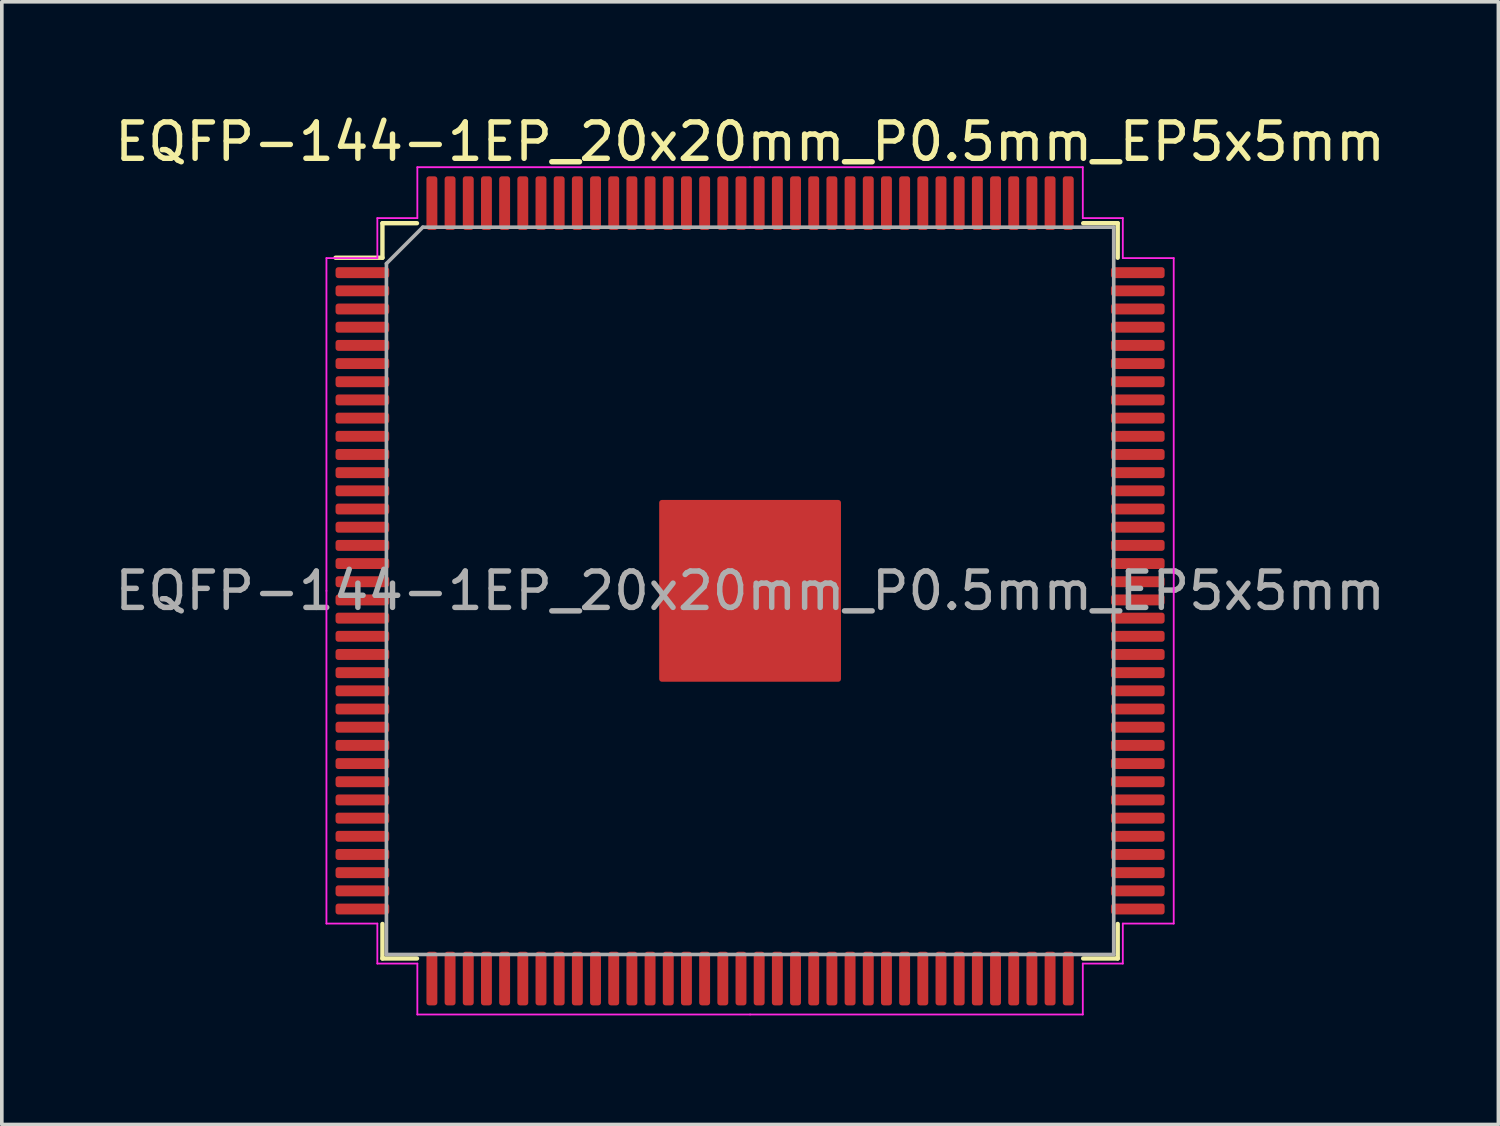
<source format=kicad_pcb>
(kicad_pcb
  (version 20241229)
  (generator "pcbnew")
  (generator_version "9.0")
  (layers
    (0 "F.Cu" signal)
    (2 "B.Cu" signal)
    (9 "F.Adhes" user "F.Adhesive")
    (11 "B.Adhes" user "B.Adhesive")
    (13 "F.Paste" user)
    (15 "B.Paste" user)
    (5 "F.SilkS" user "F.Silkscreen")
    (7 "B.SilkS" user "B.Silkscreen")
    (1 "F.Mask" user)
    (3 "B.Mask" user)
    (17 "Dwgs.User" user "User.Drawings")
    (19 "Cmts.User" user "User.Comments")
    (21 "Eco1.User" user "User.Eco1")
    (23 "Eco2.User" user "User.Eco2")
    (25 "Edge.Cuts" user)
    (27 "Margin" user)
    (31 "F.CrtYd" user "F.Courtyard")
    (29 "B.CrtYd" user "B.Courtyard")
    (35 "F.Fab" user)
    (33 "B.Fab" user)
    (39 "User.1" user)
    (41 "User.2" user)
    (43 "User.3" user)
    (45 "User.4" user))
  (footprint "EQFP-144-1EP_20x20mm_P0.5mm_EP5x5mm"
    (layer "F.Cu")
    (at 17.577 13.198)
    (property "Reference" "EQFP-144-1EP_20x20mm_P0.5mm_EP5x5mm" (at 0 -12.35 0) (layer "F.SilkS") (effects (font (size 1 1) (thickness 0.15))))
    (attr smd)
    (fp_line (start -10.11 -10.11) (end -10.11 -9.16) (stroke (width 0.12) (type solid)) (layer "F.SilkS"))
    (fp_line (start -10.11 -9.16) (end -11.4 -9.16) (stroke (width 0.12) (type solid)) (layer "F.SilkS"))
    (fp_line (start -10.11 10.11) (end -10.11 9.16) (stroke (width 0.12) (type solid)) (layer "F.SilkS"))
    (fp_line (start -9.16 -10.11) (end -10.11 -10.11) (stroke (width 0.12) (type solid)) (layer "F.SilkS"))
    (fp_line (start -9.16 10.11) (end -10.11 10.11) (stroke (width 0.12) (type solid)) (layer "F.SilkS"))
    (fp_line (start 9.16 -10.11) (end 10.11 -10.11) (stroke (width 0.12) (type solid)) (layer "F.SilkS"))
    (fp_line (start 9.16 10.11) (end 10.11 10.11) (stroke (width 0.12) (type solid)) (layer "F.SilkS"))
    (fp_line (start 10.11 -10.11) (end 10.11 -9.16) (stroke (width 0.12) (type solid)) (layer "F.SilkS"))
    (fp_line (start 10.11 10.11) (end 10.11 9.16) (stroke (width 0.12) (type solid)) (layer "F.SilkS"))
    (fp_line (start -11.65 -9.15) (end -11.65 0) (stroke (width 0.05) (type solid)) (layer "F.CrtYd"))
    (fp_line (start -11.65 9.15) (end -11.65 0) (stroke (width 0.05) (type solid)) (layer "F.CrtYd"))
    (fp_line (start -10.25 -10.25) (end -10.25 -9.15) (stroke (width 0.05) (type solid)) (layer "F.CrtYd"))
    (fp_line (start -10.25 -9.15) (end -11.65 -9.15) (stroke (width 0.05) (type solid)) (layer "F.CrtYd"))
    (fp_line (start -10.25 9.15) (end -11.65 9.15) (stroke (width 0.05) (type solid)) (layer "F.CrtYd"))
    (fp_line (start -10.25 10.25) (end -10.25 9.15) (stroke (width 0.05) (type solid)) (layer "F.CrtYd"))
    (fp_line (start -9.15 -11.65) (end -9.15 -10.25) (stroke (width 0.05) (type solid)) (layer "F.CrtYd"))
    (fp_line (start -9.15 -10.25) (end -10.25 -10.25) (stroke (width 0.05) (type solid)) (layer "F.CrtYd"))
    (fp_line (start -9.15 10.25) (end -10.25 10.25) (stroke (width 0.05) (type solid)) (layer "F.CrtYd"))
    (fp_line (start -9.15 11.65) (end -9.15 10.25) (stroke (width 0.05) (type solid)) (layer "F.CrtYd"))
    (fp_line (start 0 -11.65) (end -9.15 -11.65) (stroke (width 0.05) (type solid)) (layer "F.CrtYd"))
    (fp_line (start 0 -11.65) (end 9.15 -11.65) (stroke (width 0.05) (type solid)) (layer "F.CrtYd"))
    (fp_line (start 0 11.65) (end -9.15 11.65) (stroke (width 0.05) (type solid)) (layer "F.CrtYd"))
    (fp_line (start 0 11.65) (end 9.15 11.65) (stroke (width 0.05) (type solid)) (layer "F.CrtYd"))
    (fp_line (start 9.15 -11.65) (end 9.15 -10.25) (stroke (width 0.05) (type solid)) (layer "F.CrtYd"))
    (fp_line (start 9.15 -10.25) (end 10.25 -10.25) (stroke (width 0.05) (type solid)) (layer "F.CrtYd"))
    (fp_line (start 9.15 10.25) (end 10.25 10.25) (stroke (width 0.05) (type solid)) (layer "F.CrtYd"))
    (fp_line (start 9.15 11.65) (end 9.15 10.25) (stroke (width 0.05) (type solid)) (layer "F.CrtYd"))
    (fp_line (start 10.25 -10.25) (end 10.25 -9.15) (stroke (width 0.05) (type solid)) (layer "F.CrtYd"))
    (fp_line (start 10.25 -9.15) (end 11.65 -9.15) (stroke (width 0.05) (type solid)) (layer "F.CrtYd"))
    (fp_line (start 10.25 9.15) (end 11.65 9.15) (stroke (width 0.05) (type solid)) (layer "F.CrtYd"))
    (fp_line (start 10.25 10.25) (end 10.25 9.15) (stroke (width 0.05) (type solid)) (layer "F.CrtYd"))
    (fp_line (start 11.65 -9.15) (end 11.65 0) (stroke (width 0.05) (type solid)) (layer "F.CrtYd"))
    (fp_line (start 11.65 9.15) (end 11.65 0) (stroke (width 0.05) (type solid)) (layer "F.CrtYd"))
    (fp_line (start -10 -9) (end -9 -10) (stroke (width 0.1) (type solid)) (layer "F.Fab"))
    (fp_line (start -10 10) (end -10 -9) (stroke (width 0.1) (type solid)) (layer "F.Fab"))
    (fp_line (start -9 -10) (end 10 -10) (stroke (width 0.1) (type solid)) (layer "F.Fab"))
    (fp_line (start 10 -10) (end 10 10) (stroke (width 0.1) (type solid)) (layer "F.Fab"))
    (fp_line (start 10 10) (end -10 10) (stroke (width 0.1) (type solid)) (layer "F.Fab"))
    (fp_text user "${REFERENCE}" (at 0 0 0) (layer "F.Fab") (effects (font (size 1 1) (thickness 0.15))))
    (pad "" smd roundrect (at -1.875 -1.875) (size 1.01 1.01) (layers "F.Paste") (roundrect_rratio 0.248))
    (pad "" smd roundrect (at -1.875 -0.625) (size 1.01 1.01) (layers "F.Paste") (roundrect_rratio 0.248))
    (pad "" smd roundrect (at -1.875 0.625) (size 1.01 1.01) (layers "F.Paste") (roundrect_rratio 0.248))
    (pad "" smd roundrect (at -1.875 1.875) (size 1.01 1.01) (layers "F.Paste") (roundrect_rratio 0.248))
    (pad "" smd roundrect (at -0.625 -1.875) (size 1.01 1.01) (layers "F.Paste") (roundrect_rratio 0.248))
    (pad "" smd roundrect (at -0.625 -0.625) (size 1.01 1.01) (layers "F.Paste") (roundrect_rratio 0.248))
    (pad "" smd roundrect (at -0.625 0.625) (size 1.01 1.01) (layers "F.Paste") (roundrect_rratio 0.248))
    (pad "" smd roundrect (at -0.625 1.875) (size 1.01 1.01) (layers "F.Paste") (roundrect_rratio 0.248))
    (pad "" smd roundrect (at 0.625 -1.875) (size 1.01 1.01) (layers "F.Paste") (roundrect_rratio 0.248))
    (pad "" smd roundrect (at 0.625 -0.625) (size 1.01 1.01) (layers "F.Paste") (roundrect_rratio 0.248))
    (pad "" smd roundrect (at 0.625 0.625) (size 1.01 1.01) (layers "F.Paste") (roundrect_rratio 0.248))
    (pad "" smd roundrect (at 0.625 1.875) (size 1.01 1.01) (layers "F.Paste") (roundrect_rratio 0.248))
    (pad "" smd roundrect (at 1.875 -1.875) (size 1.01 1.01) (layers "F.Paste") (roundrect_rratio 0.248))
    (pad "" smd roundrect (at 1.875 -0.625) (size 1.01 1.01) (layers "F.Paste") (roundrect_rratio 0.248))
    (pad "" smd roundrect (at 1.875 0.625) (size 1.01 1.01) (layers "F.Paste") (roundrect_rratio 0.248))
    (pad "" smd roundrect (at 1.875 1.875) (size 1.01 1.01) (layers "F.Paste") (roundrect_rratio 0.248))
    (pad "1" smd roundrect (at -10.662 -8.75) (size 1.475 0.3) (layers "F.Cu" "F.Mask" "F.Paste") (roundrect_rratio 0.25))
    (pad "2" smd roundrect (at -10.662 -8.25) (size 1.475 0.3) (layers "F.Cu" "F.Mask" "F.Paste") (roundrect_rratio 0.25))
    (pad "3" smd roundrect (at -10.662 -7.75) (size 1.475 0.3) (layers "F.Cu" "F.Mask" "F.Paste") (roundrect_rratio 0.25))
    (pad "4" smd roundrect (at -10.662 -7.25) (size 1.475 0.3) (layers "F.Cu" "F.Mask" "F.Paste") (roundrect_rratio 0.25))
    (pad "5" smd roundrect (at -10.662 -6.75) (size 1.475 0.3) (layers "F.Cu" "F.Mask" "F.Paste") (roundrect_rratio 0.25))
    (pad "6" smd roundrect (at -10.662 -6.25) (size 1.475 0.3) (layers "F.Cu" "F.Mask" "F.Paste") (roundrect_rratio 0.25))
    (pad "7" smd roundrect (at -10.662 -5.75) (size 1.475 0.3) (layers "F.Cu" "F.Mask" "F.Paste") (roundrect_rratio 0.25))
    (pad "8" smd roundrect (at -10.662 -5.25) (size 1.475 0.3) (layers "F.Cu" "F.Mask" "F.Paste") (roundrect_rratio 0.25))
    (pad "9" smd roundrect (at -10.662 -4.75) (size 1.475 0.3) (layers "F.Cu" "F.Mask" "F.Paste") (roundrect_rratio 0.25))
    (pad "10" smd roundrect (at -10.662 -4.25) (size 1.475 0.3) (layers "F.Cu" "F.Mask" "F.Paste") (roundrect_rratio 0.25))
    (pad "11" smd roundrect (at -10.662 -3.75) (size 1.475 0.3) (layers "F.Cu" "F.Mask" "F.Paste") (roundrect_rratio 0.25))
    (pad "12" smd roundrect (at -10.662 -3.25) (size 1.475 0.3) (layers "F.Cu" "F.Mask" "F.Paste") (roundrect_rratio 0.25))
    (pad "13" smd roundrect (at -10.662 -2.75) (size 1.475 0.3) (layers "F.Cu" "F.Mask" "F.Paste") (roundrect_rratio 0.25))
    (pad "14" smd roundrect (at -10.662 -2.25) (size 1.475 0.3) (layers "F.Cu" "F.Mask" "F.Paste") (roundrect_rratio 0.25))
    (pad "15" smd roundrect (at -10.662 -1.75) (size 1.475 0.3) (layers "F.Cu" "F.Mask" "F.Paste") (roundrect_rratio 0.25))
    (pad "16" smd roundrect (at -10.662 -1.25) (size 1.475 0.3) (layers "F.Cu" "F.Mask" "F.Paste") (roundrect_rratio 0.25))
    (pad "17" smd roundrect (at -10.662 -0.75) (size 1.475 0.3) (layers "F.Cu" "F.Mask" "F.Paste") (roundrect_rratio 0.25))
    (pad "18" smd roundrect (at -10.662 -0.25) (size 1.475 0.3) (layers "F.Cu" "F.Mask" "F.Paste") (roundrect_rratio 0.25))
    (pad "19" smd roundrect (at -10.662 0.25) (size 1.475 0.3) (layers "F.Cu" "F.Mask" "F.Paste") (roundrect_rratio 0.25))
    (pad "20" smd roundrect (at -10.662 0.75) (size 1.475 0.3) (layers "F.Cu" "F.Mask" "F.Paste") (roundrect_rratio 0.25))
    (pad "21" smd roundrect (at -10.662 1.25) (size 1.475 0.3) (layers "F.Cu" "F.Mask" "F.Paste") (roundrect_rratio 0.25))
    (pad "22" smd roundrect (at -10.662 1.75) (size 1.475 0.3) (layers "F.Cu" "F.Mask" "F.Paste") (roundrect_rratio 0.25))
    (pad "23" smd roundrect (at -10.662 2.25) (size 1.475 0.3) (layers "F.Cu" "F.Mask" "F.Paste") (roundrect_rratio 0.25))
    (pad "24" smd roundrect (at -10.662 2.75) (size 1.475 0.3) (layers "F.Cu" "F.Mask" "F.Paste") (roundrect_rratio 0.25))
    (pad "25" smd roundrect (at -10.662 3.25) (size 1.475 0.3) (layers "F.Cu" "F.Mask" "F.Paste") (roundrect_rratio 0.25))
    (pad "26" smd roundrect (at -10.662 3.75) (size 1.475 0.3) (layers "F.Cu" "F.Mask" "F.Paste") (roundrect_rratio 0.25))
    (pad "27" smd roundrect (at -10.662 4.25) (size 1.475 0.3) (layers "F.Cu" "F.Mask" "F.Paste") (roundrect_rratio 0.25))
    (pad "28" smd roundrect (at -10.662 4.75) (size 1.475 0.3) (layers "F.Cu" "F.Mask" "F.Paste") (roundrect_rratio 0.25))
    (pad "29" smd roundrect (at -10.662 5.25) (size 1.475 0.3) (layers "F.Cu" "F.Mask" "F.Paste") (roundrect_rratio 0.25))
    (pad "30" smd roundrect (at -10.662 5.75) (size 1.475 0.3) (layers "F.Cu" "F.Mask" "F.Paste") (roundrect_rratio 0.25))
    (pad "31" smd roundrect (at -10.662 6.25) (size 1.475 0.3) (layers "F.Cu" "F.Mask" "F.Paste") (roundrect_rratio 0.25))
    (pad "32" smd roundrect (at -10.662 6.75) (size 1.475 0.3) (layers "F.Cu" "F.Mask" "F.Paste") (roundrect_rratio 0.25))
    (pad "33" smd roundrect (at -10.662 7.25) (size 1.475 0.3) (layers "F.Cu" "F.Mask" "F.Paste") (roundrect_rratio 0.25))
    (pad "34" smd roundrect (at -10.662 7.75) (size 1.475 0.3) (layers "F.Cu" "F.Mask" "F.Paste") (roundrect_rratio 0.25))
    (pad "35" smd roundrect (at -10.662 8.25) (size 1.475 0.3) (layers "F.Cu" "F.Mask" "F.Paste") (roundrect_rratio 0.25))
    (pad "36" smd roundrect (at -10.662 8.75) (size 1.475 0.3) (layers "F.Cu" "F.Mask" "F.Paste") (roundrect_rratio 0.25))
    (pad "37" smd roundrect (at -8.75 10.662) (size 0.3 1.475) (layers "F.Cu" "F.Mask" "F.Paste") (roundrect_rratio 0.25))
    (pad "38" smd roundrect (at -8.25 10.662) (size 0.3 1.475) (layers "F.Cu" "F.Mask" "F.Paste") (roundrect_rratio 0.25))
    (pad "39" smd roundrect (at -7.75 10.662) (size 0.3 1.475) (layers "F.Cu" "F.Mask" "F.Paste") (roundrect_rratio 0.25))
    (pad "40" smd roundrect (at -7.25 10.662) (size 0.3 1.475) (layers "F.Cu" "F.Mask" "F.Paste") (roundrect_rratio 0.25))
    (pad "41" smd roundrect (at -6.75 10.662) (size 0.3 1.475) (layers "F.Cu" "F.Mask" "F.Paste") (roundrect_rratio 0.25))
    (pad "42" smd roundrect (at -6.25 10.662) (size 0.3 1.475) (layers "F.Cu" "F.Mask" "F.Paste") (roundrect_rratio 0.25))
    (pad "43" smd roundrect (at -5.75 10.662) (size 0.3 1.475) (layers "F.Cu" "F.Mask" "F.Paste") (roundrect_rratio 0.25))
    (pad "44" smd roundrect (at -5.25 10.662) (size 0.3 1.475) (layers "F.Cu" "F.Mask" "F.Paste") (roundrect_rratio 0.25))
    (pad "45" smd roundrect (at -4.75 10.662) (size 0.3 1.475) (layers "F.Cu" "F.Mask" "F.Paste") (roundrect_rratio 0.25))
    (pad "46" smd roundrect (at -4.25 10.662) (size 0.3 1.475) (layers "F.Cu" "F.Mask" "F.Paste") (roundrect_rratio 0.25))
    (pad "47" smd roundrect (at -3.75 10.662) (size 0.3 1.475) (layers "F.Cu" "F.Mask" "F.Paste") (roundrect_rratio 0.25))
    (pad "48" smd roundrect (at -3.25 10.662) (size 0.3 1.475) (layers "F.Cu" "F.Mask" "F.Paste") (roundrect_rratio 0.25))
    (pad "49" smd roundrect (at -2.75 10.662) (size 0.3 1.475) (layers "F.Cu" "F.Mask" "F.Paste") (roundrect_rratio 0.25))
    (pad "50" smd roundrect (at -2.25 10.662) (size 0.3 1.475) (layers "F.Cu" "F.Mask" "F.Paste") (roundrect_rratio 0.25))
    (pad "51" smd roundrect (at -1.75 10.662) (size 0.3 1.475) (layers "F.Cu" "F.Mask" "F.Paste") (roundrect_rratio 0.25))
    (pad "52" smd roundrect (at -1.25 10.662) (size 0.3 1.475) (layers "F.Cu" "F.Mask" "F.Paste") (roundrect_rratio 0.25))
    (pad "53" smd roundrect (at -0.75 10.662) (size 0.3 1.475) (layers "F.Cu" "F.Mask" "F.Paste") (roundrect_rratio 0.25))
    (pad "54" smd roundrect (at -0.25 10.662) (size 0.3 1.475) (layers "F.Cu" "F.Mask" "F.Paste") (roundrect_rratio 0.25))
    (pad "55" smd roundrect (at 0.25 10.662) (size 0.3 1.475) (layers "F.Cu" "F.Mask" "F.Paste") (roundrect_rratio 0.25))
    (pad "56" smd roundrect (at 0.75 10.662) (size 0.3 1.475) (layers "F.Cu" "F.Mask" "F.Paste") (roundrect_rratio 0.25))
    (pad "57" smd roundrect (at 1.25 10.662) (size 0.3 1.475) (layers "F.Cu" "F.Mask" "F.Paste") (roundrect_rratio 0.25))
    (pad "58" smd roundrect (at 1.75 10.662) (size 0.3 1.475) (layers "F.Cu" "F.Mask" "F.Paste") (roundrect_rratio 0.25))
    (pad "59" smd roundrect (at 2.25 10.662) (size 0.3 1.475) (layers "F.Cu" "F.Mask" "F.Paste") (roundrect_rratio 0.25))
    (pad "60" smd roundrect (at 2.75 10.662) (size 0.3 1.475) (layers "F.Cu" "F.Mask" "F.Paste") (roundrect_rratio 0.25))
    (pad "61" smd roundrect (at 3.25 10.662) (size 0.3 1.475) (layers "F.Cu" "F.Mask" "F.Paste") (roundrect_rratio 0.25))
    (pad "62" smd roundrect (at 3.75 10.662) (size 0.3 1.475) (layers "F.Cu" "F.Mask" "F.Paste") (roundrect_rratio 0.25))
    (pad "63" smd roundrect (at 4.25 10.662) (size 0.3 1.475) (layers "F.Cu" "F.Mask" "F.Paste") (roundrect_rratio 0.25))
    (pad "64" smd roundrect (at 4.75 10.662) (size 0.3 1.475) (layers "F.Cu" "F.Mask" "F.Paste") (roundrect_rratio 0.25))
    (pad "65" smd roundrect (at 5.25 10.662) (size 0.3 1.475) (layers "F.Cu" "F.Mask" "F.Paste") (roundrect_rratio 0.25))
    (pad "66" smd roundrect (at 5.75 10.662) (size 0.3 1.475) (layers "F.Cu" "F.Mask" "F.Paste") (roundrect_rratio 0.25))
    (pad "67" smd roundrect (at 6.25 10.662) (size 0.3 1.475) (layers "F.Cu" "F.Mask" "F.Paste") (roundrect_rratio 0.25))
    (pad "68" smd roundrect (at 6.75 10.662) (size 0.3 1.475) (layers "F.Cu" "F.Mask" "F.Paste") (roundrect_rratio 0.25))
    (pad "69" smd roundrect (at 7.25 10.662) (size 0.3 1.475) (layers "F.Cu" "F.Mask" "F.Paste") (roundrect_rratio 0.25))
    (pad "70" smd roundrect (at 7.75 10.662) (size 0.3 1.475) (layers "F.Cu" "F.Mask" "F.Paste") (roundrect_rratio 0.25))
    (pad "71" smd roundrect (at 8.25 10.662) (size 0.3 1.475) (layers "F.Cu" "F.Mask" "F.Paste") (roundrect_rratio 0.25))
    (pad "72" smd roundrect (at 8.75 10.662) (size 0.3 1.475) (layers "F.Cu" "F.Mask" "F.Paste") (roundrect_rratio 0.25))
    (pad "73" smd roundrect (at 10.662 8.75) (size 1.475 0.3) (layers "F.Cu" "F.Mask" "F.Paste") (roundrect_rratio 0.25))
    (pad "74" smd roundrect (at 10.662 8.25) (size 1.475 0.3) (layers "F.Cu" "F.Mask" "F.Paste") (roundrect_rratio 0.25))
    (pad "75" smd roundrect (at 10.662 7.75) (size 1.475 0.3) (layers "F.Cu" "F.Mask" "F.Paste") (roundrect_rratio 0.25))
    (pad "76" smd roundrect (at 10.662 7.25) (size 1.475 0.3) (layers "F.Cu" "F.Mask" "F.Paste") (roundrect_rratio 0.25))
    (pad "77" smd roundrect (at 10.662 6.75) (size 1.475 0.3) (layers "F.Cu" "F.Mask" "F.Paste") (roundrect_rratio 0.25))
    (pad "78" smd roundrect (at 10.662 6.25) (size 1.475 0.3) (layers "F.Cu" "F.Mask" "F.Paste") (roundrect_rratio 0.25))
    (pad "79" smd roundrect (at 10.662 5.75) (size 1.475 0.3) (layers "F.Cu" "F.Mask" "F.Paste") (roundrect_rratio 0.25))
    (pad "80" smd roundrect (at 10.662 5.25) (size 1.475 0.3) (layers "F.Cu" "F.Mask" "F.Paste") (roundrect_rratio 0.25))
    (pad "81" smd roundrect (at 10.662 4.75) (size 1.475 0.3) (layers "F.Cu" "F.Mask" "F.Paste") (roundrect_rratio 0.25))
    (pad "82" smd roundrect (at 10.662 4.25) (size 1.475 0.3) (layers "F.Cu" "F.Mask" "F.Paste") (roundrect_rratio 0.25))
    (pad "83" smd roundrect (at 10.662 3.75) (size 1.475 0.3) (layers "F.Cu" "F.Mask" "F.Paste") (roundrect_rratio 0.25))
    (pad "84" smd roundrect (at 10.662 3.25) (size 1.475 0.3) (layers "F.Cu" "F.Mask" "F.Paste") (roundrect_rratio 0.25))
    (pad "85" smd roundrect (at 10.662 2.75) (size 1.475 0.3) (layers "F.Cu" "F.Mask" "F.Paste") (roundrect_rratio 0.25))
    (pad "86" smd roundrect (at 10.662 2.25) (size 1.475 0.3) (layers "F.Cu" "F.Mask" "F.Paste") (roundrect_rratio 0.25))
    (pad "87" smd roundrect (at 10.662 1.75) (size 1.475 0.3) (layers "F.Cu" "F.Mask" "F.Paste") (roundrect_rratio 0.25))
    (pad "88" smd roundrect (at 10.662 1.25) (size 1.475 0.3) (layers "F.Cu" "F.Mask" "F.Paste") (roundrect_rratio 0.25))
    (pad "89" smd roundrect (at 10.662 0.75) (size 1.475 0.3) (layers "F.Cu" "F.Mask" "F.Paste") (roundrect_rratio 0.25))
    (pad "90" smd roundrect (at 10.662 0.25) (size 1.475 0.3) (layers "F.Cu" "F.Mask" "F.Paste") (roundrect_rratio 0.25))
    (pad "91" smd roundrect (at 10.662 -0.25) (size 1.475 0.3) (layers "F.Cu" "F.Mask" "F.Paste") (roundrect_rratio 0.25))
    (pad "92" smd roundrect (at 10.662 -0.75) (size 1.475 0.3) (layers "F.Cu" "F.Mask" "F.Paste") (roundrect_rratio 0.25))
    (pad "93" smd roundrect (at 10.662 -1.25) (size 1.475 0.3) (layers "F.Cu" "F.Mask" "F.Paste") (roundrect_rratio 0.25))
    (pad "94" smd roundrect (at 10.662 -1.75) (size 1.475 0.3) (layers "F.Cu" "F.Mask" "F.Paste") (roundrect_rratio 0.25))
    (pad "95" smd roundrect (at 10.662 -2.25) (size 1.475 0.3) (layers "F.Cu" "F.Mask" "F.Paste") (roundrect_rratio 0.25))
    (pad "96" smd roundrect (at 10.662 -2.75) (size 1.475 0.3) (layers "F.Cu" "F.Mask" "F.Paste") (roundrect_rratio 0.25))
    (pad "97" smd roundrect (at 10.662 -3.25) (size 1.475 0.3) (layers "F.Cu" "F.Mask" "F.Paste") (roundrect_rratio 0.25))
    (pad "98" smd roundrect (at 10.662 -3.75) (size 1.475 0.3) (layers "F.Cu" "F.Mask" "F.Paste") (roundrect_rratio 0.25))
    (pad "99" smd roundrect (at 10.662 -4.25) (size 1.475 0.3) (layers "F.Cu" "F.Mask" "F.Paste") (roundrect_rratio 0.25))
    (pad "100" smd roundrect (at 10.662 -4.75) (size 1.475 0.3) (layers "F.Cu" "F.Mask" "F.Paste") (roundrect_rratio 0.25))
    (pad "101" smd roundrect (at 10.662 -5.25) (size 1.475 0.3) (layers "F.Cu" "F.Mask" "F.Paste") (roundrect_rratio 0.25))
    (pad "102" smd roundrect (at 10.662 -5.75) (size 1.475 0.3) (layers "F.Cu" "F.Mask" "F.Paste") (roundrect_rratio 0.25))
    (pad "103" smd roundrect (at 10.662 -6.25) (size 1.475 0.3) (layers "F.Cu" "F.Mask" "F.Paste") (roundrect_rratio 0.25))
    (pad "104" smd roundrect (at 10.662 -6.75) (size 1.475 0.3) (layers "F.Cu" "F.Mask" "F.Paste") (roundrect_rratio 0.25))
    (pad "105" smd roundrect (at 10.662 -7.25) (size 1.475 0.3) (layers "F.Cu" "F.Mask" "F.Paste") (roundrect_rratio 0.25))
    (pad "106" smd roundrect (at 10.662 -7.75) (size 1.475 0.3) (layers "F.Cu" "F.Mask" "F.Paste") (roundrect_rratio 0.25))
    (pad "107" smd roundrect (at 10.662 -8.25) (size 1.475 0.3) (layers "F.Cu" "F.Mask" "F.Paste") (roundrect_rratio 0.25))
    (pad "108" smd roundrect (at 10.662 -8.75) (size 1.475 0.3) (layers "F.Cu" "F.Mask" "F.Paste") (roundrect_rratio 0.25))
    (pad "109" smd roundrect (at 8.75 -10.662) (size 0.3 1.475) (layers "F.Cu" "F.Mask" "F.Paste") (roundrect_rratio 0.25))
    (pad "110" smd roundrect (at 8.25 -10.662) (size 0.3 1.475) (layers "F.Cu" "F.Mask" "F.Paste") (roundrect_rratio 0.25))
    (pad "111" smd roundrect (at 7.75 -10.662) (size 0.3 1.475) (layers "F.Cu" "F.Mask" "F.Paste") (roundrect_rratio 0.25))
    (pad "112" smd roundrect (at 7.25 -10.662) (size 0.3 1.475) (layers "F.Cu" "F.Mask" "F.Paste") (roundrect_rratio 0.25))
    (pad "113" smd roundrect (at 6.75 -10.662) (size 0.3 1.475) (layers "F.Cu" "F.Mask" "F.Paste") (roundrect_rratio 0.25))
    (pad "114" smd roundrect (at 6.25 -10.662) (size 0.3 1.475) (layers "F.Cu" "F.Mask" "F.Paste") (roundrect_rratio 0.25))
    (pad "115" smd roundrect (at 5.75 -10.662) (size 0.3 1.475) (layers "F.Cu" "F.Mask" "F.Paste") (roundrect_rratio 0.25))
    (pad "116" smd roundrect (at 5.25 -10.662) (size 0.3 1.475) (layers "F.Cu" "F.Mask" "F.Paste") (roundrect_rratio 0.25))
    (pad "117" smd roundrect (at 4.75 -10.662) (size 0.3 1.475) (layers "F.Cu" "F.Mask" "F.Paste") (roundrect_rratio 0.25))
    (pad "118" smd roundrect (at 4.25 -10.662) (size 0.3 1.475) (layers "F.Cu" "F.Mask" "F.Paste") (roundrect_rratio 0.25))
    (pad "119" smd roundrect (at 3.75 -10.662) (size 0.3 1.475) (layers "F.Cu" "F.Mask" "F.Paste") (roundrect_rratio 0.25))
    (pad "120" smd roundrect (at 3.25 -10.662) (size 0.3 1.475) (layers "F.Cu" "F.Mask" "F.Paste") (roundrect_rratio 0.25))
    (pad "121" smd roundrect (at 2.75 -10.662) (size 0.3 1.475) (layers "F.Cu" "F.Mask" "F.Paste") (roundrect_rratio 0.25))
    (pad "122" smd roundrect (at 2.25 -10.662) (size 0.3 1.475) (layers "F.Cu" "F.Mask" "F.Paste") (roundrect_rratio 0.25))
    (pad "123" smd roundrect (at 1.75 -10.662) (size 0.3 1.475) (layers "F.Cu" "F.Mask" "F.Paste") (roundrect_rratio 0.25))
    (pad "124" smd roundrect (at 1.25 -10.662) (size 0.3 1.475) (layers "F.Cu" "F.Mask" "F.Paste") (roundrect_rratio 0.25))
    (pad "125" smd roundrect (at 0.75 -10.662) (size 0.3 1.475) (layers "F.Cu" "F.Mask" "F.Paste") (roundrect_rratio 0.25))
    (pad "126" smd roundrect (at 0.25 -10.662) (size 0.3 1.475) (layers "F.Cu" "F.Mask" "F.Paste") (roundrect_rratio 0.25))
    (pad "127" smd roundrect (at -0.25 -10.662) (size 0.3 1.475) (layers "F.Cu" "F.Mask" "F.Paste") (roundrect_rratio 0.25))
    (pad "128" smd roundrect (at -0.75 -10.662) (size 0.3 1.475) (layers "F.Cu" "F.Mask" "F.Paste") (roundrect_rratio 0.25))
    (pad "129" smd roundrect (at -1.25 -10.662) (size 0.3 1.475) (layers "F.Cu" "F.Mask" "F.Paste") (roundrect_rratio 0.25))
    (pad "130" smd roundrect (at -1.75 -10.662) (size 0.3 1.475) (layers "F.Cu" "F.Mask" "F.Paste") (roundrect_rratio 0.25))
    (pad "131" smd roundrect (at -2.25 -10.662) (size 0.3 1.475) (layers "F.Cu" "F.Mask" "F.Paste") (roundrect_rratio 0.25))
    (pad "132" smd roundrect (at -2.75 -10.662) (size 0.3 1.475) (layers "F.Cu" "F.Mask" "F.Paste") (roundrect_rratio 0.25))
    (pad "133" smd roundrect (at -3.25 -10.662) (size 0.3 1.475) (layers "F.Cu" "F.Mask" "F.Paste") (roundrect_rratio 0.25))
    (pad "134" smd roundrect (at -3.75 -10.662) (size 0.3 1.475) (layers "F.Cu" "F.Mask" "F.Paste") (roundrect_rratio 0.25))
    (pad "135" smd roundrect (at -4.25 -10.662) (size 0.3 1.475) (layers "F.Cu" "F.Mask" "F.Paste") (roundrect_rratio 0.25))
    (pad "136" smd roundrect (at -4.75 -10.662) (size 0.3 1.475) (layers "F.Cu" "F.Mask" "F.Paste") (roundrect_rratio 0.25))
    (pad "137" smd roundrect (at -5.25 -10.662) (size 0.3 1.475) (layers "F.Cu" "F.Mask" "F.Paste") (roundrect_rratio 0.25))
    (pad "138" smd roundrect (at -5.75 -10.662) (size 0.3 1.475) (layers "F.Cu" "F.Mask" "F.Paste") (roundrect_rratio 0.25))
    (pad "139" smd roundrect (at -6.25 -10.662) (size 0.3 1.475) (layers "F.Cu" "F.Mask" "F.Paste") (roundrect_rratio 0.25))
    (pad "140" smd roundrect (at -6.75 -10.662) (size 0.3 1.475) (layers "F.Cu" "F.Mask" "F.Paste") (roundrect_rratio 0.25))
    (pad "141" smd roundrect (at -7.25 -10.662) (size 0.3 1.475) (layers "F.Cu" "F.Mask" "F.Paste") (roundrect_rratio 0.25))
    (pad "142" smd roundrect (at -7.75 -10.662) (size 0.3 1.475) (layers "F.Cu" "F.Mask" "F.Paste") (roundrect_rratio 0.25))
    (pad "143" smd roundrect (at -8.25 -10.662) (size 0.3 1.475) (layers "F.Cu" "F.Mask" "F.Paste") (roundrect_rratio 0.25))
    (pad "144" smd roundrect (at -8.75 -10.662) (size 0.3 1.475) (layers "F.Cu" "F.Mask" "F.Paste") (roundrect_rratio 0.25))
    (pad "145" smd roundrect (at 0 0) (size 5 5) (layers "F.Cu" "F.Mask") (roundrect_rratio 0.015)))
  (gr_rect
    (start -3 -3)
    (end 38.155 27.873)
    (stroke (width 0.1) (type default))
    (fill no)
    (layer "Edge.Cuts")))
</source>
